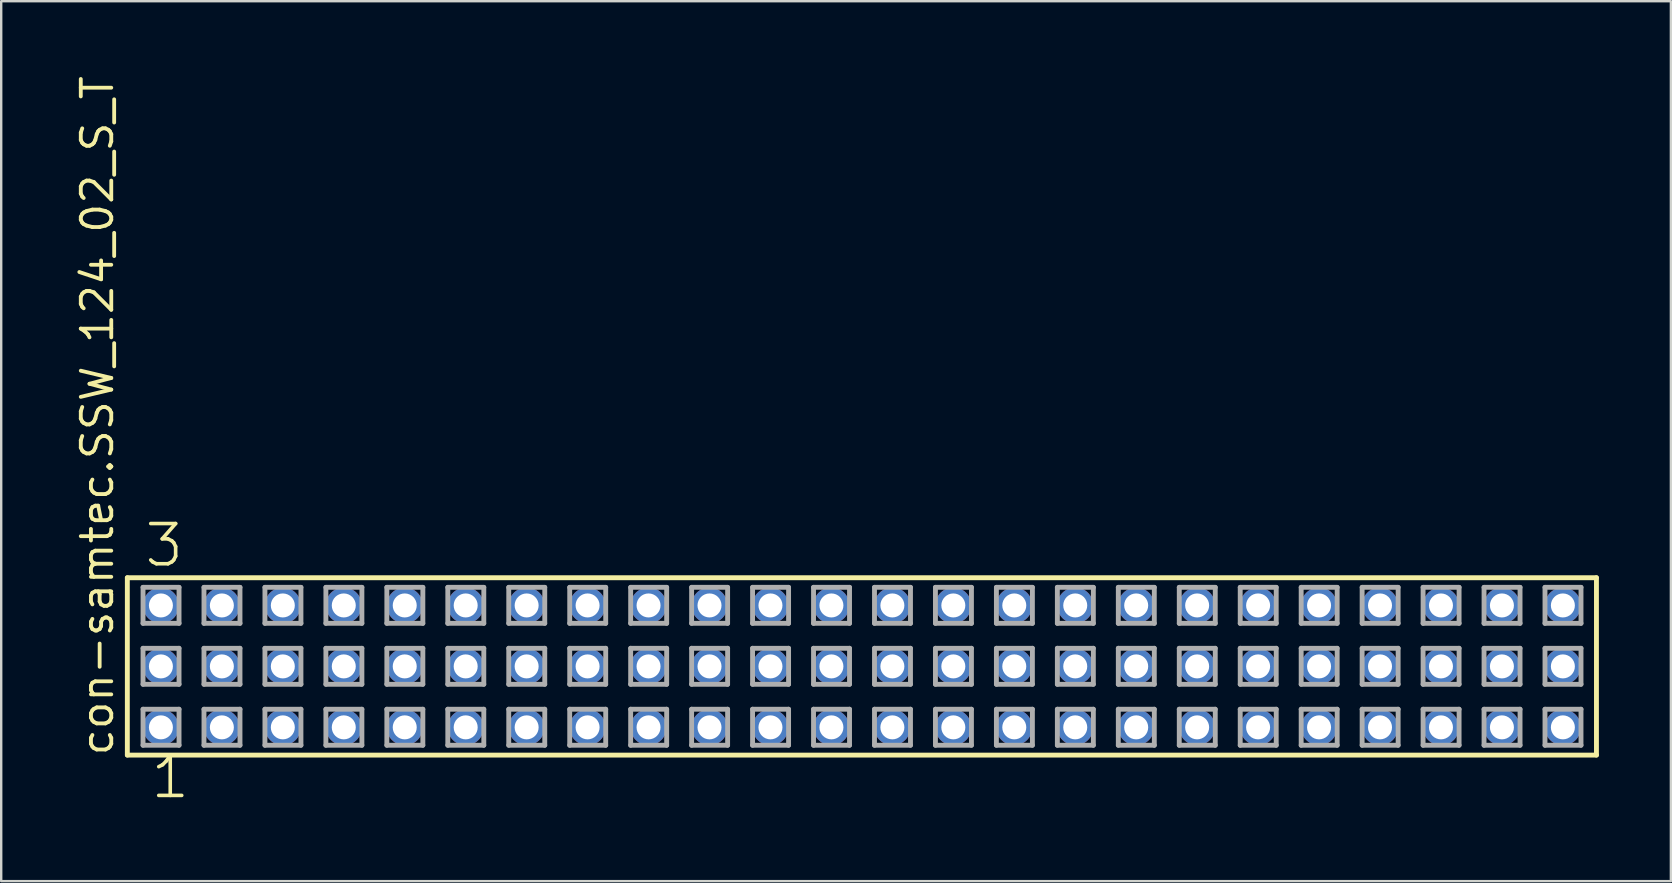
<source format=kicad_pcb>
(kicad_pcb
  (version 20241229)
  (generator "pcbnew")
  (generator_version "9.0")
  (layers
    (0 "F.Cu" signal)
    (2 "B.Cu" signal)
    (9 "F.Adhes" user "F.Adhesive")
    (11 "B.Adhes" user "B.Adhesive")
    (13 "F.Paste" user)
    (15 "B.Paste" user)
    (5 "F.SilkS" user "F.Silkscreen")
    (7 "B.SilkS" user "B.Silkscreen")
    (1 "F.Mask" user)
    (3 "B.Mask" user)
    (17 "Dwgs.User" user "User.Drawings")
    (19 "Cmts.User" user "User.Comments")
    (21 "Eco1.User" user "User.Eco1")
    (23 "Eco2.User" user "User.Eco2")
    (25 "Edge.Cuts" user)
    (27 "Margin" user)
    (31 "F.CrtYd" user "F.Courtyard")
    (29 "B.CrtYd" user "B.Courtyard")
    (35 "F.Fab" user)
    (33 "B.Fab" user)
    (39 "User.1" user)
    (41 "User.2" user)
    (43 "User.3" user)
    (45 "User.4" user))
  (footprint "con-samtec.SSW_124_02_S_T"
    (layer "F.Cu")
    (at 32.865 24.719)
    (property "Reference" "con-samtec.SSW_124_02_S_T" (at -31.115 3.81 90) (layer "F.SilkS") (effects (font (size 1.27 1.27) (thickness 0.16)) (justify left bottom)))
    (attr through_hole)
    (fp_line (start -30.609 -3.695) (end 30.609 -3.695) (stroke (width 0.203) (type default)) (layer "F.SilkS"))
    (fp_line (start -30.609 3.695) (end -30.609 -3.695) (stroke (width 0.203) (type default)) (layer "F.SilkS"))
    (fp_line (start 30.609 -3.695) (end 30.609 3.695) (stroke (width 0.203) (type default)) (layer "F.SilkS"))
    (fp_line (start 30.609 3.695) (end -30.609 3.695) (stroke (width 0.203) (type default)) (layer "F.SilkS"))
    (fp_line (start -29.955 -3.295) (end -28.455 -3.295) (stroke (width 0.203) (type default)) (layer "F.Fab"))
    (fp_line (start -29.955 -1.795) (end -29.955 -3.295) (stroke (width 0.203) (type default)) (layer "F.Fab"))
    (fp_line (start -29.955 -0.755) (end -28.455 -0.755) (stroke (width 0.203) (type default)) (layer "F.Fab"))
    (fp_line (start -29.955 0.745) (end -29.955 -0.755) (stroke (width 0.203) (type default)) (layer "F.Fab"))
    (fp_line (start -29.955 1.785) (end -28.455 1.785) (stroke (width 0.203) (type default)) (layer "F.Fab"))
    (fp_line (start -29.955 3.285) (end -29.955 1.785) (stroke (width 0.203) (type default)) (layer "F.Fab"))
    (fp_line (start -28.455 -3.295) (end -28.455 -1.795) (stroke (width 0.203) (type default)) (layer "F.Fab"))
    (fp_line (start -28.455 -1.795) (end -29.955 -1.795) (stroke (width 0.203) (type default)) (layer "F.Fab"))
    (fp_line (start -28.455 -0.755) (end -28.455 0.745) (stroke (width 0.203) (type default)) (layer "F.Fab"))
    (fp_line (start -28.455 0.745) (end -29.955 0.745) (stroke (width 0.203) (type default)) (layer "F.Fab"))
    (fp_line (start -28.455 1.785) (end -28.455 3.285) (stroke (width 0.203) (type default)) (layer "F.Fab"))
    (fp_line (start -28.455 3.285) (end -29.955 3.285) (stroke (width 0.203) (type default)) (layer "F.Fab"))
    (fp_line (start -27.415 -3.295) (end -25.915 -3.295) (stroke (width 0.203) (type default)) (layer "F.Fab"))
    (fp_line (start -27.415 -1.795) (end -27.415 -3.295) (stroke (width 0.203) (type default)) (layer "F.Fab"))
    (fp_line (start -27.415 -0.755) (end -25.915 -0.755) (stroke (width 0.203) (type default)) (layer "F.Fab"))
    (fp_line (start -27.415 0.745) (end -27.415 -0.755) (stroke (width 0.203) (type default)) (layer "F.Fab"))
    (fp_line (start -27.415 1.785) (end -25.915 1.785) (stroke (width 0.203) (type default)) (layer "F.Fab"))
    (fp_line (start -27.415 3.285) (end -27.415 1.785) (stroke (width 0.203) (type default)) (layer "F.Fab"))
    (fp_line (start -25.915 -3.295) (end -25.915 -1.795) (stroke (width 0.203) (type default)) (layer "F.Fab"))
    (fp_line (start -25.915 -1.795) (end -27.415 -1.795) (stroke (width 0.203) (type default)) (layer "F.Fab"))
    (fp_line (start -25.915 -0.755) (end -25.915 0.745) (stroke (width 0.203) (type default)) (layer "F.Fab"))
    (fp_line (start -25.915 0.745) (end -27.415 0.745) (stroke (width 0.203) (type default)) (layer "F.Fab"))
    (fp_line (start -25.915 1.785) (end -25.915 3.285) (stroke (width 0.203) (type default)) (layer "F.Fab"))
    (fp_line (start -25.915 3.285) (end -27.415 3.285) (stroke (width 0.203) (type default)) (layer "F.Fab"))
    (fp_line (start -24.875 -3.295) (end -23.375 -3.295) (stroke (width 0.203) (type default)) (layer "F.Fab"))
    (fp_line (start -24.875 -1.795) (end -24.875 -3.295) (stroke (width 0.203) (type default)) (layer "F.Fab"))
    (fp_line (start -24.875 -0.755) (end -23.375 -0.755) (stroke (width 0.203) (type default)) (layer "F.Fab"))
    (fp_line (start -24.875 0.745) (end -24.875 -0.755) (stroke (width 0.203) (type default)) (layer "F.Fab"))
    (fp_line (start -24.875 1.785) (end -23.375 1.785) (stroke (width 0.203) (type default)) (layer "F.Fab"))
    (fp_line (start -24.875 3.285) (end -24.875 1.785) (stroke (width 0.203) (type default)) (layer "F.Fab"))
    (fp_line (start -23.375 -3.295) (end -23.375 -1.795) (stroke (width 0.203) (type default)) (layer "F.Fab"))
    (fp_line (start -23.375 -1.795) (end -24.875 -1.795) (stroke (width 0.203) (type default)) (layer "F.Fab"))
    (fp_line (start -23.375 -0.755) (end -23.375 0.745) (stroke (width 0.203) (type default)) (layer "F.Fab"))
    (fp_line (start -23.375 0.745) (end -24.875 0.745) (stroke (width 0.203) (type default)) (layer "F.Fab"))
    (fp_line (start -23.375 1.785) (end -23.375 3.285) (stroke (width 0.203) (type default)) (layer "F.Fab"))
    (fp_line (start -23.375 3.285) (end -24.875 3.285) (stroke (width 0.203) (type default)) (layer "F.Fab"))
    (fp_line (start -22.335 -3.295) (end -20.835 -3.295) (stroke (width 0.203) (type default)) (layer "F.Fab"))
    (fp_line (start -22.335 -1.795) (end -22.335 -3.295) (stroke (width 0.203) (type default)) (layer "F.Fab"))
    (fp_line (start -22.335 -0.755) (end -20.835 -0.755) (stroke (width 0.203) (type default)) (layer "F.Fab"))
    (fp_line (start -22.335 0.745) (end -22.335 -0.755) (stroke (width 0.203) (type default)) (layer "F.Fab"))
    (fp_line (start -22.335 1.785) (end -20.835 1.785) (stroke (width 0.203) (type default)) (layer "F.Fab"))
    (fp_line (start -22.335 3.285) (end -22.335 1.785) (stroke (width 0.203) (type default)) (layer "F.Fab"))
    (fp_line (start -20.835 -3.295) (end -20.835 -1.795) (stroke (width 0.203) (type default)) (layer "F.Fab"))
    (fp_line (start -20.835 -1.795) (end -22.335 -1.795) (stroke (width 0.203) (type default)) (layer "F.Fab"))
    (fp_line (start -20.835 -0.755) (end -20.835 0.745) (stroke (width 0.203) (type default)) (layer "F.Fab"))
    (fp_line (start -20.835 0.745) (end -22.335 0.745) (stroke (width 0.203) (type default)) (layer "F.Fab"))
    (fp_line (start -20.835 1.785) (end -20.835 3.285) (stroke (width 0.203) (type default)) (layer "F.Fab"))
    (fp_line (start -20.835 3.285) (end -22.335 3.285) (stroke (width 0.203) (type default)) (layer "F.Fab"))
    (fp_line (start -19.795 -3.295) (end -18.295 -3.295) (stroke (width 0.203) (type default)) (layer "F.Fab"))
    (fp_line (start -19.795 -1.795) (end -19.795 -3.295) (stroke (width 0.203) (type default)) (layer "F.Fab"))
    (fp_line (start -19.795 -0.755) (end -18.295 -0.755) (stroke (width 0.203) (type default)) (layer "F.Fab"))
    (fp_line (start -19.795 0.745) (end -19.795 -0.755) (stroke (width 0.203) (type default)) (layer "F.Fab"))
    (fp_line (start -19.795 1.785) (end -18.295 1.785) (stroke (width 0.203) (type default)) (layer "F.Fab"))
    (fp_line (start -19.795 3.285) (end -19.795 1.785) (stroke (width 0.203) (type default)) (layer "F.Fab"))
    (fp_line (start -18.295 -3.295) (end -18.295 -1.795) (stroke (width 0.203) (type default)) (layer "F.Fab"))
    (fp_line (start -18.295 -1.795) (end -19.795 -1.795) (stroke (width 0.203) (type default)) (layer "F.Fab"))
    (fp_line (start -18.295 -0.755) (end -18.295 0.745) (stroke (width 0.203) (type default)) (layer "F.Fab"))
    (fp_line (start -18.295 0.745) (end -19.795 0.745) (stroke (width 0.203) (type default)) (layer "F.Fab"))
    (fp_line (start -18.295 1.785) (end -18.295 3.285) (stroke (width 0.203) (type default)) (layer "F.Fab"))
    (fp_line (start -18.295 3.285) (end -19.795 3.285) (stroke (width 0.203) (type default)) (layer "F.Fab"))
    (fp_line (start -17.255 -3.295) (end -15.755 -3.295) (stroke (width 0.203) (type default)) (layer "F.Fab"))
    (fp_line (start -17.255 -1.795) (end -17.255 -3.295) (stroke (width 0.203) (type default)) (layer "F.Fab"))
    (fp_line (start -17.255 -0.755) (end -15.755 -0.755) (stroke (width 0.203) (type default)) (layer "F.Fab"))
    (fp_line (start -17.255 0.745) (end -17.255 -0.755) (stroke (width 0.203) (type default)) (layer "F.Fab"))
    (fp_line (start -17.255 1.785) (end -15.755 1.785) (stroke (width 0.203) (type default)) (layer "F.Fab"))
    (fp_line (start -17.255 3.285) (end -17.255 1.785) (stroke (width 0.203) (type default)) (layer "F.Fab"))
    (fp_line (start -15.755 -3.295) (end -15.755 -1.795) (stroke (width 0.203) (type default)) (layer "F.Fab"))
    (fp_line (start -15.755 -1.795) (end -17.255 -1.795) (stroke (width 0.203) (type default)) (layer "F.Fab"))
    (fp_line (start -15.755 -0.755) (end -15.755 0.745) (stroke (width 0.203) (type default)) (layer "F.Fab"))
    (fp_line (start -15.755 0.745) (end -17.255 0.745) (stroke (width 0.203) (type default)) (layer "F.Fab"))
    (fp_line (start -15.755 1.785) (end -15.755 3.285) (stroke (width 0.203) (type default)) (layer "F.Fab"))
    (fp_line (start -15.755 3.285) (end -17.255 3.285) (stroke (width 0.203) (type default)) (layer "F.Fab"))
    (fp_line (start -14.715 -3.295) (end -13.215 -3.295) (stroke (width 0.203) (type default)) (layer "F.Fab"))
    (fp_line (start -14.715 -1.795) (end -14.715 -3.295) (stroke (width 0.203) (type default)) (layer "F.Fab"))
    (fp_line (start -14.715 -0.755) (end -13.215 -0.755) (stroke (width 0.203) (type default)) (layer "F.Fab"))
    (fp_line (start -14.715 0.745) (end -14.715 -0.755) (stroke (width 0.203) (type default)) (layer "F.Fab"))
    (fp_line (start -14.715 1.785) (end -13.215 1.785) (stroke (width 0.203) (type default)) (layer "F.Fab"))
    (fp_line (start -14.715 3.285) (end -14.715 1.785) (stroke (width 0.203) (type default)) (layer "F.Fab"))
    (fp_line (start -13.215 -3.295) (end -13.215 -1.795) (stroke (width 0.203) (type default)) (layer "F.Fab"))
    (fp_line (start -13.215 -1.795) (end -14.715 -1.795) (stroke (width 0.203) (type default)) (layer "F.Fab"))
    (fp_line (start -13.215 -0.755) (end -13.215 0.745) (stroke (width 0.203) (type default)) (layer "F.Fab"))
    (fp_line (start -13.215 0.745) (end -14.715 0.745) (stroke (width 0.203) (type default)) (layer "F.Fab"))
    (fp_line (start -13.215 1.785) (end -13.215 3.285) (stroke (width 0.203) (type default)) (layer "F.Fab"))
    (fp_line (start -13.215 3.285) (end -14.715 3.285) (stroke (width 0.203) (type default)) (layer "F.Fab"))
    (fp_line (start -12.175 -3.295) (end -10.675 -3.295) (stroke (width 0.203) (type default)) (layer "F.Fab"))
    (fp_line (start -12.175 -1.795) (end -12.175 -3.295) (stroke (width 0.203) (type default)) (layer "F.Fab"))
    (fp_line (start -12.175 -0.755) (end -10.675 -0.755) (stroke (width 0.203) (type default)) (layer "F.Fab"))
    (fp_line (start -12.175 0.745) (end -12.175 -0.755) (stroke (width 0.203) (type default)) (layer "F.Fab"))
    (fp_line (start -12.175 1.785) (end -10.675 1.785) (stroke (width 0.203) (type default)) (layer "F.Fab"))
    (fp_line (start -12.175 3.285) (end -12.175 1.785) (stroke (width 0.203) (type default)) (layer "F.Fab"))
    (fp_line (start -10.675 -3.295) (end -10.675 -1.795) (stroke (width 0.203) (type default)) (layer "F.Fab"))
    (fp_line (start -10.675 -1.795) (end -12.175 -1.795) (stroke (width 0.203) (type default)) (layer "F.Fab"))
    (fp_line (start -10.675 -0.755) (end -10.675 0.745) (stroke (width 0.203) (type default)) (layer "F.Fab"))
    (fp_line (start -10.675 0.745) (end -12.175 0.745) (stroke (width 0.203) (type default)) (layer "F.Fab"))
    (fp_line (start -10.675 1.785) (end -10.675 3.285) (stroke (width 0.203) (type default)) (layer "F.Fab"))
    (fp_line (start -10.675 3.285) (end -12.175 3.285) (stroke (width 0.203) (type default)) (layer "F.Fab"))
    (fp_line (start -9.635 -3.295) (end -8.135 -3.295) (stroke (width 0.203) (type default)) (layer "F.Fab"))
    (fp_line (start -9.635 -1.795) (end -9.635 -3.295) (stroke (width 0.203) (type default)) (layer "F.Fab"))
    (fp_line (start -9.635 -0.755) (end -8.135 -0.755) (stroke (width 0.203) (type default)) (layer "F.Fab"))
    (fp_line (start -9.635 0.745) (end -9.635 -0.755) (stroke (width 0.203) (type default)) (layer "F.Fab"))
    (fp_line (start -9.635 1.785) (end -8.135 1.785) (stroke (width 0.203) (type default)) (layer "F.Fab"))
    (fp_line (start -9.635 3.285) (end -9.635 1.785) (stroke (width 0.203) (type default)) (layer "F.Fab"))
    (fp_line (start -8.135 -3.295) (end -8.135 -1.795) (stroke (width 0.203) (type default)) (layer "F.Fab"))
    (fp_line (start -8.135 -1.795) (end -9.635 -1.795) (stroke (width 0.203) (type default)) (layer "F.Fab"))
    (fp_line (start -8.135 -0.755) (end -8.135 0.745) (stroke (width 0.203) (type default)) (layer "F.Fab"))
    (fp_line (start -8.135 0.745) (end -9.635 0.745) (stroke (width 0.203) (type default)) (layer "F.Fab"))
    (fp_line (start -8.135 1.785) (end -8.135 3.285) (stroke (width 0.203) (type default)) (layer "F.Fab"))
    (fp_line (start -8.135 3.285) (end -9.635 3.285) (stroke (width 0.203) (type default)) (layer "F.Fab"))
    (fp_line (start -7.095 -3.295) (end -5.595 -3.295) (stroke (width 0.203) (type default)) (layer "F.Fab"))
    (fp_line (start -7.095 -1.795) (end -7.095 -3.295) (stroke (width 0.203) (type default)) (layer "F.Fab"))
    (fp_line (start -7.095 -0.755) (end -5.595 -0.755) (stroke (width 0.203) (type default)) (layer "F.Fab"))
    (fp_line (start -7.095 0.745) (end -7.095 -0.755) (stroke (width 0.203) (type default)) (layer "F.Fab"))
    (fp_line (start -7.095 1.785) (end -5.595 1.785) (stroke (width 0.203) (type default)) (layer "F.Fab"))
    (fp_line (start -7.095 3.285) (end -7.095 1.785) (stroke (width 0.203) (type default)) (layer "F.Fab"))
    (fp_line (start -5.595 -3.295) (end -5.595 -1.795) (stroke (width 0.203) (type default)) (layer "F.Fab"))
    (fp_line (start -5.595 -1.795) (end -7.095 -1.795) (stroke (width 0.203) (type default)) (layer "F.Fab"))
    (fp_line (start -5.595 -0.755) (end -5.595 0.745) (stroke (width 0.203) (type default)) (layer "F.Fab"))
    (fp_line (start -5.595 0.745) (end -7.095 0.745) (stroke (width 0.203) (type default)) (layer "F.Fab"))
    (fp_line (start -5.595 1.785) (end -5.595 3.285) (stroke (width 0.203) (type default)) (layer "F.Fab"))
    (fp_line (start -5.595 3.285) (end -7.095 3.285) (stroke (width 0.203) (type default)) (layer "F.Fab"))
    (fp_line (start -4.555 -3.295) (end -3.055 -3.295) (stroke (width 0.203) (type default)) (layer "F.Fab"))
    (fp_line (start -4.555 -1.795) (end -4.555 -3.295) (stroke (width 0.203) (type default)) (layer "F.Fab"))
    (fp_line (start -4.555 -0.755) (end -3.055 -0.755) (stroke (width 0.203) (type default)) (layer "F.Fab"))
    (fp_line (start -4.555 0.745) (end -4.555 -0.755) (stroke (width 0.203) (type default)) (layer "F.Fab"))
    (fp_line (start -4.555 1.785) (end -3.055 1.785) (stroke (width 0.203) (type default)) (layer "F.Fab"))
    (fp_line (start -4.555 3.285) (end -4.555 1.785) (stroke (width 0.203) (type default)) (layer "F.Fab"))
    (fp_line (start -3.055 -3.295) (end -3.055 -1.795) (stroke (width 0.203) (type default)) (layer "F.Fab"))
    (fp_line (start -3.055 -1.795) (end -4.555 -1.795) (stroke (width 0.203) (type default)) (layer "F.Fab"))
    (fp_line (start -3.055 -0.755) (end -3.055 0.745) (stroke (width 0.203) (type default)) (layer "F.Fab"))
    (fp_line (start -3.055 0.745) (end -4.555 0.745) (stroke (width 0.203) (type default)) (layer "F.Fab"))
    (fp_line (start -3.055 1.785) (end -3.055 3.285) (stroke (width 0.203) (type default)) (layer "F.Fab"))
    (fp_line (start -3.055 3.285) (end -4.555 3.285) (stroke (width 0.203) (type default)) (layer "F.Fab"))
    (fp_line (start -2.015 -3.295) (end -0.515 -3.295) (stroke (width 0.203) (type default)) (layer "F.Fab"))
    (fp_line (start -2.015 -1.795) (end -2.015 -3.295) (stroke (width 0.203) (type default)) (layer "F.Fab"))
    (fp_line (start -2.015 -0.755) (end -0.515 -0.755) (stroke (width 0.203) (type default)) (layer "F.Fab"))
    (fp_line (start -2.015 0.745) (end -2.015 -0.755) (stroke (width 0.203) (type default)) (layer "F.Fab"))
    (fp_line (start -2.015 1.785) (end -0.515 1.785) (stroke (width 0.203) (type default)) (layer "F.Fab"))
    (fp_line (start -2.015 3.285) (end -2.015 1.785) (stroke (width 0.203) (type default)) (layer "F.Fab"))
    (fp_line (start -0.515 -3.295) (end -0.515 -1.795) (stroke (width 0.203) (type default)) (layer "F.Fab"))
    (fp_line (start -0.515 -1.795) (end -2.015 -1.795) (stroke (width 0.203) (type default)) (layer "F.Fab"))
    (fp_line (start -0.515 -0.755) (end -0.515 0.745) (stroke (width 0.203) (type default)) (layer "F.Fab"))
    (fp_line (start -0.515 0.745) (end -2.015 0.745) (stroke (width 0.203) (type default)) (layer "F.Fab"))
    (fp_line (start -0.515 1.785) (end -0.515 3.285) (stroke (width 0.203) (type default)) (layer "F.Fab"))
    (fp_line (start -0.515 3.285) (end -2.015 3.285) (stroke (width 0.203) (type default)) (layer "F.Fab"))
    (fp_line (start 0.525 -3.295) (end 2.025 -3.295) (stroke (width 0.203) (type default)) (layer "F.Fab"))
    (fp_line (start 0.525 -1.795) (end 0.525 -3.295) (stroke (width 0.203) (type default)) (layer "F.Fab"))
    (fp_line (start 0.525 -0.755) (end 2.025 -0.755) (stroke (width 0.203) (type default)) (layer "F.Fab"))
    (fp_line (start 0.525 0.745) (end 0.525 -0.755) (stroke (width 0.203) (type default)) (layer "F.Fab"))
    (fp_line (start 0.525 1.785) (end 2.025 1.785) (stroke (width 0.203) (type default)) (layer "F.Fab"))
    (fp_line (start 0.525 3.285) (end 0.525 1.785) (stroke (width 0.203) (type default)) (layer "F.Fab"))
    (fp_line (start 2.025 -3.295) (end 2.025 -1.795) (stroke (width 0.203) (type default)) (layer "F.Fab"))
    (fp_line (start 2.025 -1.795) (end 0.525 -1.795) (stroke (width 0.203) (type default)) (layer "F.Fab"))
    (fp_line (start 2.025 -0.755) (end 2.025 0.745) (stroke (width 0.203) (type default)) (layer "F.Fab"))
    (fp_line (start 2.025 0.745) (end 0.525 0.745) (stroke (width 0.203) (type default)) (layer "F.Fab"))
    (fp_line (start 2.025 1.785) (end 2.025 3.285) (stroke (width 0.203) (type default)) (layer "F.Fab"))
    (fp_line (start 2.025 3.285) (end 0.525 3.285) (stroke (width 0.203) (type default)) (layer "F.Fab"))
    (fp_line (start 3.065 -3.295) (end 4.565 -3.295) (stroke (width 0.203) (type default)) (layer "F.Fab"))
    (fp_line (start 3.065 -1.795) (end 3.065 -3.295) (stroke (width 0.203) (type default)) (layer "F.Fab"))
    (fp_line (start 3.065 -0.755) (end 4.565 -0.755) (stroke (width 0.203) (type default)) (layer "F.Fab"))
    (fp_line (start 3.065 0.745) (end 3.065 -0.755) (stroke (width 0.203) (type default)) (layer "F.Fab"))
    (fp_line (start 3.065 1.785) (end 4.565 1.785) (stroke (width 0.203) (type default)) (layer "F.Fab"))
    (fp_line (start 3.065 3.285) (end 3.065 1.785) (stroke (width 0.203) (type default)) (layer "F.Fab"))
    (fp_line (start 4.565 -3.295) (end 4.565 -1.795) (stroke (width 0.203) (type default)) (layer "F.Fab"))
    (fp_line (start 4.565 -1.795) (end 3.065 -1.795) (stroke (width 0.203) (type default)) (layer "F.Fab"))
    (fp_line (start 4.565 -0.755) (end 4.565 0.745) (stroke (width 0.203) (type default)) (layer "F.Fab"))
    (fp_line (start 4.565 0.745) (end 3.065 0.745) (stroke (width 0.203) (type default)) (layer "F.Fab"))
    (fp_line (start 4.565 1.785) (end 4.565 3.285) (stroke (width 0.203) (type default)) (layer "F.Fab"))
    (fp_line (start 4.565 3.285) (end 3.065 3.285) (stroke (width 0.203) (type default)) (layer "F.Fab"))
    (fp_line (start 5.605 -3.295) (end 7.105 -3.295) (stroke (width 0.203) (type default)) (layer "F.Fab"))
    (fp_line (start 5.605 -1.795) (end 5.605 -3.295) (stroke (width 0.203) (type default)) (layer "F.Fab"))
    (fp_line (start 5.605 -0.755) (end 7.105 -0.755) (stroke (width 0.203) (type default)) (layer "F.Fab"))
    (fp_line (start 5.605 0.745) (end 5.605 -0.755) (stroke (width 0.203) (type default)) (layer "F.Fab"))
    (fp_line (start 5.605 1.785) (end 7.105 1.785) (stroke (width 0.203) (type default)) (layer "F.Fab"))
    (fp_line (start 5.605 3.285) (end 5.605 1.785) (stroke (width 0.203) (type default)) (layer "F.Fab"))
    (fp_line (start 7.105 -3.295) (end 7.105 -1.795) (stroke (width 0.203) (type default)) (layer "F.Fab"))
    (fp_line (start 7.105 -1.795) (end 5.605 -1.795) (stroke (width 0.203) (type default)) (layer "F.Fab"))
    (fp_line (start 7.105 -0.755) (end 7.105 0.745) (stroke (width 0.203) (type default)) (layer "F.Fab"))
    (fp_line (start 7.105 0.745) (end 5.605 0.745) (stroke (width 0.203) (type default)) (layer "F.Fab"))
    (fp_line (start 7.105 1.785) (end 7.105 3.285) (stroke (width 0.203) (type default)) (layer "F.Fab"))
    (fp_line (start 7.105 3.285) (end 5.605 3.285) (stroke (width 0.203) (type default)) (layer "F.Fab"))
    (fp_line (start 8.145 -3.295) (end 9.645 -3.295) (stroke (width 0.203) (type default)) (layer "F.Fab"))
    (fp_line (start 8.145 -1.795) (end 8.145 -3.295) (stroke (width 0.203) (type default)) (layer "F.Fab"))
    (fp_line (start 8.145 -0.755) (end 9.645 -0.755) (stroke (width 0.203) (type default)) (layer "F.Fab"))
    (fp_line (start 8.145 0.745) (end 8.145 -0.755) (stroke (width 0.203) (type default)) (layer "F.Fab"))
    (fp_line (start 8.145 1.785) (end 9.645 1.785) (stroke (width 0.203) (type default)) (layer "F.Fab"))
    (fp_line (start 8.145 3.285) (end 8.145 1.785) (stroke (width 0.203) (type default)) (layer "F.Fab"))
    (fp_line (start 9.645 -3.295) (end 9.645 -1.795) (stroke (width 0.203) (type default)) (layer "F.Fab"))
    (fp_line (start 9.645 -1.795) (end 8.145 -1.795) (stroke (width 0.203) (type default)) (layer "F.Fab"))
    (fp_line (start 9.645 -0.755) (end 9.645 0.745) (stroke (width 0.203) (type default)) (layer "F.Fab"))
    (fp_line (start 9.645 0.745) (end 8.145 0.745) (stroke (width 0.203) (type default)) (layer "F.Fab"))
    (fp_line (start 9.645 1.785) (end 9.645 3.285) (stroke (width 0.203) (type default)) (layer "F.Fab"))
    (fp_line (start 9.645 3.285) (end 8.145 3.285) (stroke (width 0.203) (type default)) (layer "F.Fab"))
    (fp_line (start 10.685 -3.295) (end 12.185 -3.295) (stroke (width 0.203) (type default)) (layer "F.Fab"))
    (fp_line (start 10.685 -1.795) (end 10.685 -3.295) (stroke (width 0.203) (type default)) (layer "F.Fab"))
    (fp_line (start 10.685 -0.755) (end 12.185 -0.755) (stroke (width 0.203) (type default)) (layer "F.Fab"))
    (fp_line (start 10.685 0.745) (end 10.685 -0.755) (stroke (width 0.203) (type default)) (layer "F.Fab"))
    (fp_line (start 10.685 1.785) (end 12.185 1.785) (stroke (width 0.203) (type default)) (layer "F.Fab"))
    (fp_line (start 10.685 3.285) (end 10.685 1.785) (stroke (width 0.203) (type default)) (layer "F.Fab"))
    (fp_line (start 12.185 -3.295) (end 12.185 -1.795) (stroke (width 0.203) (type default)) (layer "F.Fab"))
    (fp_line (start 12.185 -1.795) (end 10.685 -1.795) (stroke (width 0.203) (type default)) (layer "F.Fab"))
    (fp_line (start 12.185 -0.755) (end 12.185 0.745) (stroke (width 0.203) (type default)) (layer "F.Fab"))
    (fp_line (start 12.185 0.745) (end 10.685 0.745) (stroke (width 0.203) (type default)) (layer "F.Fab"))
    (fp_line (start 12.185 1.785) (end 12.185 3.285) (stroke (width 0.203) (type default)) (layer "F.Fab"))
    (fp_line (start 12.185 3.285) (end 10.685 3.285) (stroke (width 0.203) (type default)) (layer "F.Fab"))
    (fp_line (start 13.225 -3.295) (end 14.725 -3.295) (stroke (width 0.203) (type default)) (layer "F.Fab"))
    (fp_line (start 13.225 -1.795) (end 13.225 -3.295) (stroke (width 0.203) (type default)) (layer "F.Fab"))
    (fp_line (start 13.225 -0.755) (end 14.725 -0.755) (stroke (width 0.203) (type default)) (layer "F.Fab"))
    (fp_line (start 13.225 0.745) (end 13.225 -0.755) (stroke (width 0.203) (type default)) (layer "F.Fab"))
    (fp_line (start 13.225 1.785) (end 14.725 1.785) (stroke (width 0.203) (type default)) (layer "F.Fab"))
    (fp_line (start 13.225 3.285) (end 13.225 1.785) (stroke (width 0.203) (type default)) (layer "F.Fab"))
    (fp_line (start 14.725 -3.295) (end 14.725 -1.795) (stroke (width 0.203) (type default)) (layer "F.Fab"))
    (fp_line (start 14.725 -1.795) (end 13.225 -1.795) (stroke (width 0.203) (type default)) (layer "F.Fab"))
    (fp_line (start 14.725 -0.755) (end 14.725 0.745) (stroke (width 0.203) (type default)) (layer "F.Fab"))
    (fp_line (start 14.725 0.745) (end 13.225 0.745) (stroke (width 0.203) (type default)) (layer "F.Fab"))
    (fp_line (start 14.725 1.785) (end 14.725 3.285) (stroke (width 0.203) (type default)) (layer "F.Fab"))
    (fp_line (start 14.725 3.285) (end 13.225 3.285) (stroke (width 0.203) (type default)) (layer "F.Fab"))
    (fp_line (start 15.765 -3.295) (end 17.265 -3.295) (stroke (width 0.203) (type default)) (layer "F.Fab"))
    (fp_line (start 15.765 -1.795) (end 15.765 -3.295) (stroke (width 0.203) (type default)) (layer "F.Fab"))
    (fp_line (start 15.765 -0.755) (end 17.265 -0.755) (stroke (width 0.203) (type default)) (layer "F.Fab"))
    (fp_line (start 15.765 0.745) (end 15.765 -0.755) (stroke (width 0.203) (type default)) (layer "F.Fab"))
    (fp_line (start 15.765 1.785) (end 17.265 1.785) (stroke (width 0.203) (type default)) (layer "F.Fab"))
    (fp_line (start 15.765 3.285) (end 15.765 1.785) (stroke (width 0.203) (type default)) (layer "F.Fab"))
    (fp_line (start 17.265 -3.295) (end 17.265 -1.795) (stroke (width 0.203) (type default)) (layer "F.Fab"))
    (fp_line (start 17.265 -1.795) (end 15.765 -1.795) (stroke (width 0.203) (type default)) (layer "F.Fab"))
    (fp_line (start 17.265 -0.755) (end 17.265 0.745) (stroke (width 0.203) (type default)) (layer "F.Fab"))
    (fp_line (start 17.265 0.745) (end 15.765 0.745) (stroke (width 0.203) (type default)) (layer "F.Fab"))
    (fp_line (start 17.265 1.785) (end 17.265 3.285) (stroke (width 0.203) (type default)) (layer "F.Fab"))
    (fp_line (start 17.265 3.285) (end 15.765 3.285) (stroke (width 0.203) (type default)) (layer "F.Fab"))
    (fp_line (start 18.305 -3.295) (end 19.805 -3.295) (stroke (width 0.203) (type default)) (layer "F.Fab"))
    (fp_line (start 18.305 -1.795) (end 18.305 -3.295) (stroke (width 0.203) (type default)) (layer "F.Fab"))
    (fp_line (start 18.305 -0.755) (end 19.805 -0.755) (stroke (width 0.203) (type default)) (layer "F.Fab"))
    (fp_line (start 18.305 0.745) (end 18.305 -0.755) (stroke (width 0.203) (type default)) (layer "F.Fab"))
    (fp_line (start 18.305 1.785) (end 19.805 1.785) (stroke (width 0.203) (type default)) (layer "F.Fab"))
    (fp_line (start 18.305 3.285) (end 18.305 1.785) (stroke (width 0.203) (type default)) (layer "F.Fab"))
    (fp_line (start 19.805 -3.295) (end 19.805 -1.795) (stroke (width 0.203) (type default)) (layer "F.Fab"))
    (fp_line (start 19.805 -1.795) (end 18.305 -1.795) (stroke (width 0.203) (type default)) (layer "F.Fab"))
    (fp_line (start 19.805 -0.755) (end 19.805 0.745) (stroke (width 0.203) (type default)) (layer "F.Fab"))
    (fp_line (start 19.805 0.745) (end 18.305 0.745) (stroke (width 0.203) (type default)) (layer "F.Fab"))
    (fp_line (start 19.805 1.785) (end 19.805 3.285) (stroke (width 0.203) (type default)) (layer "F.Fab"))
    (fp_line (start 19.805 3.285) (end 18.305 3.285) (stroke (width 0.203) (type default)) (layer "F.Fab"))
    (fp_line (start 20.845 -3.295) (end 22.345 -3.295) (stroke (width 0.203) (type default)) (layer "F.Fab"))
    (fp_line (start 20.845 -1.795) (end 20.845 -3.295) (stroke (width 0.203) (type default)) (layer "F.Fab"))
    (fp_line (start 20.845 -0.755) (end 22.345 -0.755) (stroke (width 0.203) (type default)) (layer "F.Fab"))
    (fp_line (start 20.845 0.745) (end 20.845 -0.755) (stroke (width 0.203) (type default)) (layer "F.Fab"))
    (fp_line (start 20.845 1.785) (end 22.345 1.785) (stroke (width 0.203) (type default)) (layer "F.Fab"))
    (fp_line (start 20.845 3.285) (end 20.845 1.785) (stroke (width 0.203) (type default)) (layer "F.Fab"))
    (fp_line (start 22.345 -3.295) (end 22.345 -1.795) (stroke (width 0.203) (type default)) (layer "F.Fab"))
    (fp_line (start 22.345 -1.795) (end 20.845 -1.795) (stroke (width 0.203) (type default)) (layer "F.Fab"))
    (fp_line (start 22.345 -0.755) (end 22.345 0.745) (stroke (width 0.203) (type default)) (layer "F.Fab"))
    (fp_line (start 22.345 0.745) (end 20.845 0.745) (stroke (width 0.203) (type default)) (layer "F.Fab"))
    (fp_line (start 22.345 1.785) (end 22.345 3.285) (stroke (width 0.203) (type default)) (layer "F.Fab"))
    (fp_line (start 22.345 3.285) (end 20.845 3.285) (stroke (width 0.203) (type default)) (layer "F.Fab"))
    (fp_line (start 23.385 -3.295) (end 24.885 -3.295) (stroke (width 0.203) (type default)) (layer "F.Fab"))
    (fp_line (start 23.385 -1.795) (end 23.385 -3.295) (stroke (width 0.203) (type default)) (layer "F.Fab"))
    (fp_line (start 23.385 -0.755) (end 24.885 -0.755) (stroke (width 0.203) (type default)) (layer "F.Fab"))
    (fp_line (start 23.385 0.745) (end 23.385 -0.755) (stroke (width 0.203) (type default)) (layer "F.Fab"))
    (fp_line (start 23.385 1.785) (end 24.885 1.785) (stroke (width 0.203) (type default)) (layer "F.Fab"))
    (fp_line (start 23.385 3.285) (end 23.385 1.785) (stroke (width 0.203) (type default)) (layer "F.Fab"))
    (fp_line (start 24.885 -3.295) (end 24.885 -1.795) (stroke (width 0.203) (type default)) (layer "F.Fab"))
    (fp_line (start 24.885 -1.795) (end 23.385 -1.795) (stroke (width 0.203) (type default)) (layer "F.Fab"))
    (fp_line (start 24.885 -0.755) (end 24.885 0.745) (stroke (width 0.203) (type default)) (layer "F.Fab"))
    (fp_line (start 24.885 0.745) (end 23.385 0.745) (stroke (width 0.203) (type default)) (layer "F.Fab"))
    (fp_line (start 24.885 1.785) (end 24.885 3.285) (stroke (width 0.203) (type default)) (layer "F.Fab"))
    (fp_line (start 24.885 3.285) (end 23.385 3.285) (stroke (width 0.203) (type default)) (layer "F.Fab"))
    (fp_line (start 25.925 -3.295) (end 27.425 -3.295) (stroke (width 0.203) (type default)) (layer "F.Fab"))
    (fp_line (start 25.925 -1.795) (end 25.925 -3.295) (stroke (width 0.203) (type default)) (layer "F.Fab"))
    (fp_line (start 25.925 -0.755) (end 27.425 -0.755) (stroke (width 0.203) (type default)) (layer "F.Fab"))
    (fp_line (start 25.925 0.745) (end 25.925 -0.755) (stroke (width 0.203) (type default)) (layer "F.Fab"))
    (fp_line (start 25.925 1.785) (end 27.425 1.785) (stroke (width 0.203) (type default)) (layer "F.Fab"))
    (fp_line (start 25.925 3.285) (end 25.925 1.785) (stroke (width 0.203) (type default)) (layer "F.Fab"))
    (fp_line (start 27.425 -3.295) (end 27.425 -1.795) (stroke (width 0.203) (type default)) (layer "F.Fab"))
    (fp_line (start 27.425 -1.795) (end 25.925 -1.795) (stroke (width 0.203) (type default)) (layer "F.Fab"))
    (fp_line (start 27.425 -0.755) (end 27.425 0.745) (stroke (width 0.203) (type default)) (layer "F.Fab"))
    (fp_line (start 27.425 0.745) (end 25.925 0.745) (stroke (width 0.203) (type default)) (layer "F.Fab"))
    (fp_line (start 27.425 1.785) (end 27.425 3.285) (stroke (width 0.203) (type default)) (layer "F.Fab"))
    (fp_line (start 27.425 3.285) (end 25.925 3.285) (stroke (width 0.203) (type default)) (layer "F.Fab"))
    (fp_line (start 28.465 -3.295) (end 29.965 -3.295) (stroke (width 0.203) (type default)) (layer "F.Fab"))
    (fp_line (start 28.465 -1.795) (end 28.465 -3.295) (stroke (width 0.203) (type default)) (layer "F.Fab"))
    (fp_line (start 28.465 -0.755) (end 29.965 -0.755) (stroke (width 0.203) (type default)) (layer "F.Fab"))
    (fp_line (start 28.465 0.745) (end 28.465 -0.755) (stroke (width 0.203) (type default)) (layer "F.Fab"))
    (fp_line (start 28.465 1.785) (end 29.965 1.785) (stroke (width 0.203) (type default)) (layer "F.Fab"))
    (fp_line (start 28.465 3.285) (end 28.465 1.785) (stroke (width 0.203) (type default)) (layer "F.Fab"))
    (fp_line (start 29.965 -3.295) (end 29.965 -1.795) (stroke (width 0.203) (type default)) (layer "F.Fab"))
    (fp_line (start 29.965 -1.795) (end 28.465 -1.795) (stroke (width 0.203) (type default)) (layer "F.Fab"))
    (fp_line (start 29.965 -0.755) (end 29.965 0.745) (stroke (width 0.203) (type default)) (layer "F.Fab"))
    (fp_line (start 29.965 0.745) (end 28.465 0.745) (stroke (width 0.203) (type default)) (layer "F.Fab"))
    (fp_line (start 29.965 1.785) (end 29.965 3.285) (stroke (width 0.203) (type default)) (layer "F.Fab"))
    (fp_line (start 29.965 3.285) (end 28.465 3.285) (stroke (width 0.203) (type default)) (layer "F.Fab"))
    (fp_text user "1" (at -29.718 5.588 0) (layer "F.SilkS") (effects (font (size 1.676 1.676) (thickness 0.15)) (justify left bottom)))
    (fp_text user "3" (at -29.972 -4.064 0) (layer "F.SilkS") (effects (font (size 1.676 1.676) (thickness 0.15)) (justify left bottom)))
    (pad "1" thru_hole circle (at -29.21 2.54) (size 1.5 1.5) (drill 1) (layers "*.Cu" "*.Mask"))
    (pad "2" thru_hole circle (at -29.21 0) (size 1.5 1.5) (drill 1) (layers "*.Cu" "*.Mask"))
    (pad "3" thru_hole circle (at -29.21 -2.54) (size 1.5 1.5) (drill 1) (layers "*.Cu" "*.Mask"))
    (pad "4" thru_hole circle (at -26.67 2.54) (size 1.5 1.5) (drill 1) (layers "*.Cu" "*.Mask"))
    (pad "5" thru_hole circle (at -26.67 0) (size 1.5 1.5) (drill 1) (layers "*.Cu" "*.Mask"))
    (pad "6" thru_hole circle (at -26.67 -2.54) (size 1.5 1.5) (drill 1) (layers "*.Cu" "*.Mask"))
    (pad "7" thru_hole circle (at -24.13 2.54) (size 1.5 1.5) (drill 1) (layers "*.Cu" "*.Mask"))
    (pad "8" thru_hole circle (at -24.13 0) (size 1.5 1.5) (drill 1) (layers "*.Cu" "*.Mask"))
    (pad "9" thru_hole circle (at -24.13 -2.54) (size 1.5 1.5) (drill 1) (layers "*.Cu" "*.Mask"))
    (pad "10" thru_hole circle (at -21.59 2.54) (size 1.5 1.5) (drill 1) (layers "*.Cu" "*.Mask"))
    (pad "11" thru_hole circle (at -21.59 0) (size 1.5 1.5) (drill 1) (layers "*.Cu" "*.Mask"))
    (pad "12" thru_hole circle (at -21.59 -2.54) (size 1.5 1.5) (drill 1) (layers "*.Cu" "*.Mask"))
    (pad "13" thru_hole circle (at -19.05 2.54) (size 1.5 1.5) (drill 1) (layers "*.Cu" "*.Mask"))
    (pad "14" thru_hole circle (at -19.05 0) (size 1.5 1.5) (drill 1) (layers "*.Cu" "*.Mask"))
    (pad "15" thru_hole circle (at -19.05 -2.54) (size 1.5 1.5) (drill 1) (layers "*.Cu" "*.Mask"))
    (pad "16" thru_hole circle (at -16.51 2.54) (size 1.5 1.5) (drill 1) (layers "*.Cu" "*.Mask"))
    (pad "17" thru_hole circle (at -16.51 0) (size 1.5 1.5) (drill 1) (layers "*.Cu" "*.Mask"))
    (pad "18" thru_hole circle (at -16.51 -2.54) (size 1.5 1.5) (drill 1) (layers "*.Cu" "*.Mask"))
    (pad "19" thru_hole circle (at -13.97 2.54) (size 1.5 1.5) (drill 1) (layers "*.Cu" "*.Mask"))
    (pad "20" thru_hole circle (at -13.97 0) (size 1.5 1.5) (drill 1) (layers "*.Cu" "*.Mask"))
    (pad "21" thru_hole circle (at -13.97 -2.54) (size 1.5 1.5) (drill 1) (layers "*.Cu" "*.Mask"))
    (pad "22" thru_hole circle (at -11.43 2.54) (size 1.5 1.5) (drill 1) (layers "*.Cu" "*.Mask"))
    (pad "23" thru_hole circle (at -11.43 0) (size 1.5 1.5) (drill 1) (layers "*.Cu" "*.Mask"))
    (pad "24" thru_hole circle (at -11.43 -2.54) (size 1.5 1.5) (drill 1) (layers "*.Cu" "*.Mask"))
    (pad "25" thru_hole circle (at -8.89 2.54) (size 1.5 1.5) (drill 1) (layers "*.Cu" "*.Mask"))
    (pad "26" thru_hole circle (at -8.89 0) (size 1.5 1.5) (drill 1) (layers "*.Cu" "*.Mask"))
    (pad "27" thru_hole circle (at -8.89 -2.54) (size 1.5 1.5) (drill 1) (layers "*.Cu" "*.Mask"))
    (pad "28" thru_hole circle (at -6.35 2.54) (size 1.5 1.5) (drill 1) (layers "*.Cu" "*.Mask"))
    (pad "29" thru_hole circle (at -6.35 0) (size 1.5 1.5) (drill 1) (layers "*.Cu" "*.Mask"))
    (pad "30" thru_hole circle (at -6.35 -2.54) (size 1.5 1.5) (drill 1) (layers "*.Cu" "*.Mask"))
    (pad "31" thru_hole circle (at -3.81 2.54) (size 1.5 1.5) (drill 1) (layers "*.Cu" "*.Mask"))
    (pad "32" thru_hole circle (at -3.81 0) (size 1.5 1.5) (drill 1) (layers "*.Cu" "*.Mask"))
    (pad "33" thru_hole circle (at -3.81 -2.54) (size 1.5 1.5) (drill 1) (layers "*.Cu" "*.Mask"))
    (pad "34" thru_hole circle (at -1.27 2.54) (size 1.5 1.5) (drill 1) (layers "*.Cu" "*.Mask"))
    (pad "35" thru_hole circle (at -1.27 0) (size 1.5 1.5) (drill 1) (layers "*.Cu" "*.Mask"))
    (pad "36" thru_hole circle (at -1.27 -2.54) (size 1.5 1.5) (drill 1) (layers "*.Cu" "*.Mask"))
    (pad "37" thru_hole circle (at 1.27 2.54) (size 1.5 1.5) (drill 1) (layers "*.Cu" "*.Mask"))
    (pad "38" thru_hole circle (at 1.27 0) (size 1.5 1.5) (drill 1) (layers "*.Cu" "*.Mask"))
    (pad "39" thru_hole circle (at 1.27 -2.54) (size 1.5 1.5) (drill 1) (layers "*.Cu" "*.Mask"))
    (pad "40" thru_hole circle (at 3.81 2.54) (size 1.5 1.5) (drill 1) (layers "*.Cu" "*.Mask"))
    (pad "41" thru_hole circle (at 3.81 0) (size 1.5 1.5) (drill 1) (layers "*.Cu" "*.Mask"))
    (pad "42" thru_hole circle (at 3.81 -2.54) (size 1.5 1.5) (drill 1) (layers "*.Cu" "*.Mask"))
    (pad "43" thru_hole circle (at 6.35 2.54) (size 1.5 1.5) (drill 1) (layers "*.Cu" "*.Mask"))
    (pad "44" thru_hole circle (at 6.35 0) (size 1.5 1.5) (drill 1) (layers "*.Cu" "*.Mask"))
    (pad "45" thru_hole circle (at 6.35 -2.54) (size 1.5 1.5) (drill 1) (layers "*.Cu" "*.Mask"))
    (pad "46" thru_hole circle (at 8.89 2.54) (size 1.5 1.5) (drill 1) (layers "*.Cu" "*.Mask"))
    (pad "47" thru_hole circle (at 8.89 0) (size 1.5 1.5) (drill 1) (layers "*.Cu" "*.Mask"))
    (pad "48" thru_hole circle (at 8.89 -2.54) (size 1.5 1.5) (drill 1) (layers "*.Cu" "*.Mask"))
    (pad "49" thru_hole circle (at 11.43 2.54) (size 1.5 1.5) (drill 1) (layers "*.Cu" "*.Mask"))
    (pad "50" thru_hole circle (at 11.43 0) (size 1.5 1.5) (drill 1) (layers "*.Cu" "*.Mask"))
    (pad "51" thru_hole circle (at 11.43 -2.54) (size 1.5 1.5) (drill 1) (layers "*.Cu" "*.Mask"))
    (pad "52" thru_hole circle (at 13.97 2.54) (size 1.5 1.5) (drill 1) (layers "*.Cu" "*.Mask"))
    (pad "53" thru_hole circle (at 13.97 0) (size 1.5 1.5) (drill 1) (layers "*.Cu" "*.Mask"))
    (pad "54" thru_hole circle (at 13.97 -2.54) (size 1.5 1.5) (drill 1) (layers "*.Cu" "*.Mask"))
    (pad "55" thru_hole circle (at 16.51 2.54) (size 1.5 1.5) (drill 1) (layers "*.Cu" "*.Mask"))
    (pad "56" thru_hole circle (at 16.51 0) (size 1.5 1.5) (drill 1) (layers "*.Cu" "*.Mask"))
    (pad "57" thru_hole circle (at 16.51 -2.54) (size 1.5 1.5) (drill 1) (layers "*.Cu" "*.Mask"))
    (pad "58" thru_hole circle (at 19.05 2.54) (size 1.5 1.5) (drill 1) (layers "*.Cu" "*.Mask"))
    (pad "59" thru_hole circle (at 19.05 0) (size 1.5 1.5) (drill 1) (layers "*.Cu" "*.Mask"))
    (pad "60" thru_hole circle (at 19.05 -2.54) (size 1.5 1.5) (drill 1) (layers "*.Cu" "*.Mask"))
    (pad "61" thru_hole circle (at 21.59 2.54) (size 1.5 1.5) (drill 1) (layers "*.Cu" "*.Mask"))
    (pad "62" thru_hole circle (at 21.59 0) (size 1.5 1.5) (drill 1) (layers "*.Cu" "*.Mask"))
    (pad "63" thru_hole circle (at 21.59 -2.54) (size 1.5 1.5) (drill 1) (layers "*.Cu" "*.Mask"))
    (pad "64" thru_hole circle (at 24.13 2.54) (size 1.5 1.5) (drill 1) (layers "*.Cu" "*.Mask"))
    (pad "65" thru_hole circle (at 24.13 0) (size 1.5 1.5) (drill 1) (layers "*.Cu" "*.Mask"))
    (pad "66" thru_hole circle (at 24.13 -2.54) (size 1.5 1.5) (drill 1) (layers "*.Cu" "*.Mask"))
    (pad "67" thru_hole circle (at 26.67 2.54) (size 1.5 1.5) (drill 1) (layers "*.Cu" "*.Mask"))
    (pad "68" thru_hole circle (at 26.67 0) (size 1.5 1.5) (drill 1) (layers "*.Cu" "*.Mask"))
    (pad "69" thru_hole circle (at 26.67 -2.54) (size 1.5 1.5) (drill 1) (layers "*.Cu" "*.Mask"))
    (pad "70" thru_hole circle (at 29.21 2.54) (size 1.5 1.5) (drill 1) (layers "*.Cu" "*.Mask"))
    (pad "71" thru_hole circle (at 29.21 0) (size 1.5 1.5) (drill 1) (layers "*.Cu" "*.Mask"))
    (pad "72" thru_hole circle (at 29.21 -2.54) (size 1.5 1.5) (drill 1) (layers "*.Cu" "*.Mask")))
  (gr_rect
    (start -3 -3)
    (end 66.576 33.668)
    (stroke (width 0.1) (type default))
    (fill no)
    (layer "Edge.Cuts")))
</source>
